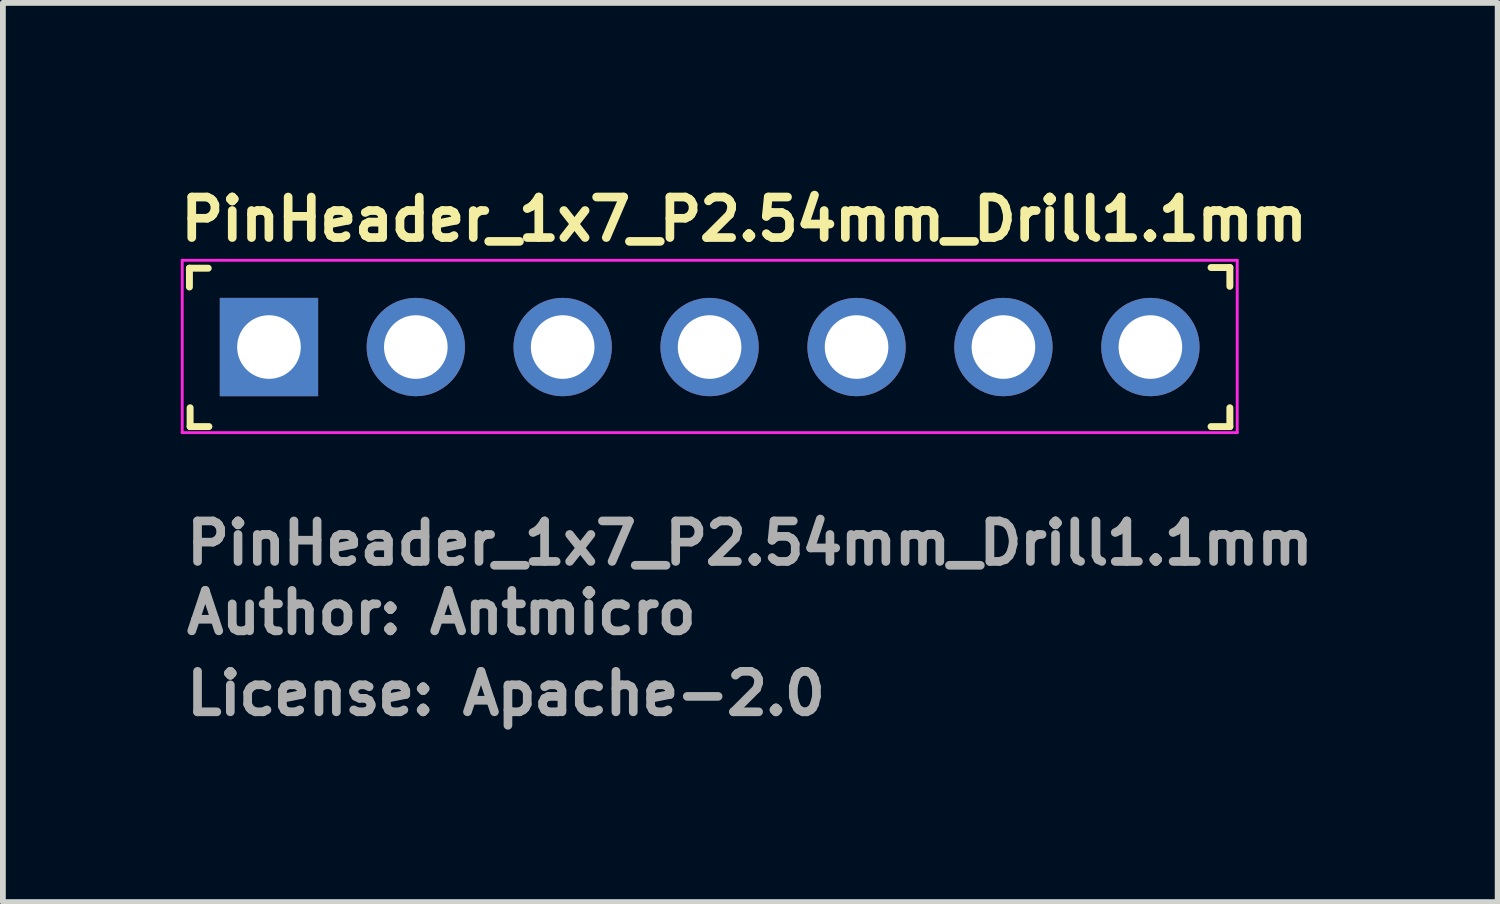
<source format=kicad_pcb>
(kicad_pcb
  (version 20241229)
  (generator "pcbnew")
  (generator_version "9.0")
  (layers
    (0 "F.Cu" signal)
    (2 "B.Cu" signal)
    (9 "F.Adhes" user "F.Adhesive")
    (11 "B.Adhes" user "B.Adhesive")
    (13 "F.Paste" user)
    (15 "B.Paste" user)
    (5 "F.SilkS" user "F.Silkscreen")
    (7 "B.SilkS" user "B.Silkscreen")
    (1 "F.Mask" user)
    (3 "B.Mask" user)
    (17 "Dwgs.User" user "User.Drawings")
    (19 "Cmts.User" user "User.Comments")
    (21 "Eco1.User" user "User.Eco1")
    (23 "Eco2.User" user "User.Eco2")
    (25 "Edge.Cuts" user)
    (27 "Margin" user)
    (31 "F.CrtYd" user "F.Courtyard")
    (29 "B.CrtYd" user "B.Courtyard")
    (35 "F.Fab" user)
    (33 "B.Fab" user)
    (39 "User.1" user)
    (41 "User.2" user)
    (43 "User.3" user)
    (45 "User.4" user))
  (footprint "PinHeader_1x7_P2.54mm_Drill1.1mm"
    (layer "F.Cu")
    (at 1.6 2.95)
    (property "Reference" "PinHeader_1x7_P2.54mm_Drill1.1mm" (at -1.6 -1.8 0) (layer "F.SilkS") (effects (font (size 0.7 0.7) (thickness 0.15)) (justify left bottom)))
    (attr through_hole)
    (fp_line (start -1.375 -1.363) (end -1.05 -1.363) (stroke (width 0.12) (type solid)) (layer "F.SilkS"))
    (fp_line (start -1.375 -1.038) (end -1.375 -1.363) (stroke (width 0.12) (type solid)) (layer "F.SilkS"))
    (fp_line (start -1.363 1.375) (end -1.363 1.05) (stroke (width 0.12) (type solid)) (layer "F.SilkS"))
    (fp_line (start -1.038 1.375) (end -1.363 1.375) (stroke (width 0.12) (type solid)) (layer "F.SilkS"))
    (fp_line (start 16.288 -1.375) (end 16.613 -1.375) (stroke (width 0.12) (type solid)) (layer "F.SilkS"))
    (fp_line (start 16.613 -1.375) (end 16.613 -1.05) (stroke (width 0.12) (type solid)) (layer "F.SilkS"))
    (fp_line (start 16.613 1.05) (end 16.613 1.375) (stroke (width 0.12) (type solid)) (layer "F.SilkS"))
    (fp_line (start 16.613 1.375) (end 16.288 1.375) (stroke (width 0.12) (type solid)) (layer "F.SilkS"))
    (fp_line (start -1.5 -1.5) (end 16.74 -1.5) (stroke (width 0.05) (type solid)) (layer "F.CrtYd"))
    (fp_line (start -1.5 1.48) (end -1.5 -1.5) (stroke (width 0.05) (type solid)) (layer "F.CrtYd"))
    (fp_line (start 16.74 -1.5) (end 16.74 1.48) (stroke (width 0.05) (type solid)) (layer "F.CrtYd"))
    (fp_line (start 16.74 1.48) (end -1.5 1.48) (stroke (width 0.05) (type solid)) (layer "F.CrtYd"))
    (fp_rect (start -1.272 -1.27) (end 16.508 1.269) (stroke (width 0.1) (type solid)) (fill no) (layer "User.5"))
    (fp_line (start -1.272 0.77) (end -1.272 -0.772) (stroke (width 0.02) (type solid)) (layer "User.9"))
    (fp_line (start -1.272 0.77) (end -1.022 1.269) (stroke (width 0.02) (type solid)) (layer "User.9"))
    (fp_line (start -1.022 -1.27) (end -1.272 -0.772) (stroke (width 0.02) (type solid)) (layer "User.9"))
    (fp_line (start -0.322 -0.32) (end -0.121 -0.12) (stroke (width 0.02) (type solid)) (layer "User.9"))
    (fp_line (start -0.322 -0.32) (end 0.318 -0.32) (stroke (width 0.02) (type solid)) (layer "User.9"))
    (fp_line (start -0.322 0.32) (end -0.322 -0.32) (stroke (width 0.02) (type solid)) (layer "User.9"))
    (fp_line (start -0.121 -0.12) (end -0.121 0.119) (stroke (width 0.02) (type solid)) (layer "User.9"))
    (fp_line (start -0.121 0.119) (end -0.322 0.32) (stroke (width 0.02) (type solid)) (layer "User.9"))
    (fp_line (start -0.121 0.119) (end 0.119 0.119) (stroke (width 0.02) (type solid)) (layer "User.9"))
    (fp_line (start 0.119 -0.12) (end -0.121 -0.12) (stroke (width 0.02) (type solid)) (layer "User.9"))
    (fp_line (start 0.119 -0.12) (end 0.318 -0.32) (stroke (width 0.02) (type solid)) (layer "User.9"))
    (fp_line (start 0.119 0.119) (end 0.119 -0.12) (stroke (width 0.02) (type solid)) (layer "User.9"))
    (fp_line (start 0.119 0.119) (end 0.318 0.32) (stroke (width 0.02) (type solid)) (layer "User.9"))
    (fp_line (start 0.318 -0.32) (end 0.318 0.32) (stroke (width 0.02) (type solid)) (layer "User.9"))
    (fp_line (start 0.318 0.32) (end -0.322 0.32) (stroke (width 0.02) (type solid)) (layer "User.9"))
    (fp_line (start 1.019 -1.27) (end -1.022 -1.27) (stroke (width 0.02) (type solid)) (layer "User.9"))
    (fp_line (start 1.019 1.269) (end -1.022 1.269) (stroke (width 0.02) (type solid)) (layer "User.9"))
    (fp_line (start 1.019 1.269) (end 1.269 0.77) (stroke (width 0.02) (type solid)) (layer "User.9"))
    (fp_line (start 1.269 -0.772) (end 1.019 -1.27) (stroke (width 0.02) (type solid)) (layer "User.9"))
    (fp_line (start 1.269 0.77) (end 1.519 1.269) (stroke (width 0.02) (type solid)) (layer "User.9"))
    (fp_line (start 1.519 -1.27) (end 1.269 -0.772) (stroke (width 0.02) (type solid)) (layer "User.9"))
    (fp_line (start 2.218 -0.32) (end 2.418 -0.12) (stroke (width 0.02) (type solid)) (layer "User.9"))
    (fp_line (start 2.218 -0.32) (end 2.858 -0.32) (stroke (width 0.02) (type solid)) (layer "User.9"))
    (fp_line (start 2.218 0.32) (end 2.218 -0.32) (stroke (width 0.02) (type solid)) (layer "User.9"))
    (fp_line (start 2.418 -0.12) (end 2.418 0.119) (stroke (width 0.02) (type solid)) (layer "User.9"))
    (fp_line (start 2.418 0.119) (end 2.218 0.32) (stroke (width 0.02) (type solid)) (layer "User.9"))
    (fp_line (start 2.418 0.119) (end 2.659 0.119) (stroke (width 0.02) (type solid)) (layer "User.9"))
    (fp_line (start 2.659 -0.12) (end 2.418 -0.12) (stroke (width 0.02) (type solid)) (layer "User.9"))
    (fp_line (start 2.659 -0.12) (end 2.858 -0.32) (stroke (width 0.02) (type solid)) (layer "User.9"))
    (fp_line (start 2.659 0.119) (end 2.659 -0.12) (stroke (width 0.02) (type solid)) (layer "User.9"))
    (fp_line (start 2.659 0.119) (end 2.858 0.32) (stroke (width 0.02) (type solid)) (layer "User.9"))
    (fp_line (start 2.858 -0.32) (end 2.858 0.32) (stroke (width 0.02) (type solid)) (layer "User.9"))
    (fp_line (start 2.858 0.32) (end 2.218 0.32) (stroke (width 0.02) (type solid)) (layer "User.9"))
    (fp_line (start 3.559 -1.27) (end 1.519 -1.27) (stroke (width 0.02) (type solid)) (layer "User.9"))
    (fp_line (start 3.559 1.269) (end 1.519 1.269) (stroke (width 0.02) (type solid)) (layer "User.9"))
    (fp_line (start 3.559 1.269) (end 3.809 0.77) (stroke (width 0.02) (type solid)) (layer "User.9"))
    (fp_line (start 3.809 -0.772) (end 3.559 -1.27) (stroke (width 0.02) (type solid)) (layer "User.9"))
    (fp_line (start 3.809 0.77) (end 4.059 1.269) (stroke (width 0.02) (type solid)) (layer "User.9"))
    (fp_line (start 4.059 -1.27) (end 3.809 -0.772) (stroke (width 0.02) (type solid)) (layer "User.9"))
    (fp_line (start 4.759 -0.32) (end 4.959 -0.12) (stroke (width 0.02) (type solid)) (layer "User.9"))
    (fp_line (start 4.759 -0.32) (end 5.398 -0.32) (stroke (width 0.02) (type solid)) (layer "User.9"))
    (fp_line (start 4.759 0.32) (end 4.759 -0.32) (stroke (width 0.02) (type solid)) (layer "User.9"))
    (fp_line (start 4.959 -0.12) (end 4.959 0.119) (stroke (width 0.02) (type solid)) (layer "User.9"))
    (fp_line (start 4.959 0.119) (end 4.759 0.32) (stroke (width 0.02) (type solid)) (layer "User.9"))
    (fp_line (start 4.959 0.119) (end 5.198 0.119) (stroke (width 0.02) (type solid)) (layer "User.9"))
    (fp_line (start 5.198 -0.12) (end 4.959 -0.12) (stroke (width 0.02) (type solid)) (layer "User.9"))
    (fp_line (start 5.198 -0.12) (end 5.398 -0.32) (stroke (width 0.02) (type solid)) (layer "User.9"))
    (fp_line (start 5.198 0.119) (end 5.198 -0.12) (stroke (width 0.02) (type solid)) (layer "User.9"))
    (fp_line (start 5.198 0.119) (end 5.398 0.32) (stroke (width 0.02) (type solid)) (layer "User.9"))
    (fp_line (start 5.398 -0.32) (end 5.398 0.32) (stroke (width 0.02) (type solid)) (layer "User.9"))
    (fp_line (start 5.398 0.32) (end 4.759 0.32) (stroke (width 0.02) (type solid)) (layer "User.9"))
    (fp_line (start 6.099 -1.27) (end 4.059 -1.27) (stroke (width 0.02) (type solid)) (layer "User.9"))
    (fp_line (start 6.099 1.269) (end 4.059 1.269) (stroke (width 0.02) (type solid)) (layer "User.9"))
    (fp_line (start 6.099 1.269) (end 6.349 0.77) (stroke (width 0.02) (type solid)) (layer "User.9"))
    (fp_line (start 6.349 -0.772) (end 6.099 -1.27) (stroke (width 0.02) (type solid)) (layer "User.9"))
    (fp_line (start 6.349 0.77) (end 6.599 1.269) (stroke (width 0.02) (type solid)) (layer "User.9"))
    (fp_line (start 6.599 -1.27) (end 6.349 -0.772) (stroke (width 0.02) (type solid)) (layer "User.9"))
    (fp_line (start 7.299 -0.32) (end 7.499 -0.12) (stroke (width 0.02) (type solid)) (layer "User.9"))
    (fp_line (start 7.299 -0.32) (end 7.938 -0.32) (stroke (width 0.02) (type solid)) (layer "User.9"))
    (fp_line (start 7.299 0.32) (end 7.299 -0.32) (stroke (width 0.02) (type solid)) (layer "User.9"))
    (fp_line (start 7.499 -0.12) (end 7.499 0.119) (stroke (width 0.02) (type solid)) (layer "User.9"))
    (fp_line (start 7.499 0.119) (end 7.299 0.32) (stroke (width 0.02) (type solid)) (layer "User.9"))
    (fp_line (start 7.499 0.119) (end 7.738 0.119) (stroke (width 0.02) (type solid)) (layer "User.9"))
    (fp_line (start 7.738 -0.12) (end 7.499 -0.12) (stroke (width 0.02) (type solid)) (layer "User.9"))
    (fp_line (start 7.738 -0.12) (end 7.938 -0.32) (stroke (width 0.02) (type solid)) (layer "User.9"))
    (fp_line (start 7.738 0.119) (end 7.738 -0.12) (stroke (width 0.02) (type solid)) (layer "User.9"))
    (fp_line (start 7.738 0.119) (end 7.938 0.32) (stroke (width 0.02) (type solid)) (layer "User.9"))
    (fp_line (start 7.938 -0.32) (end 7.938 0.32) (stroke (width 0.02) (type solid)) (layer "User.9"))
    (fp_line (start 7.938 0.32) (end 7.299 0.32) (stroke (width 0.02) (type solid)) (layer "User.9"))
    (fp_line (start 8.64 -1.27) (end 6.599 -1.27) (stroke (width 0.02) (type solid)) (layer "User.9"))
    (fp_line (start 8.64 1.269) (end 6.599 1.269) (stroke (width 0.02) (type solid)) (layer "User.9"))
    (fp_line (start 8.64 1.269) (end 8.89 0.77) (stroke (width 0.02) (type solid)) (layer "User.9"))
    (fp_line (start 8.89 -0.772) (end 8.64 -1.27) (stroke (width 0.02) (type solid)) (layer "User.9"))
    (fp_line (start 8.89 0.77) (end 9.14 1.269) (stroke (width 0.02) (type solid)) (layer "User.9"))
    (fp_line (start 9.14 -1.27) (end 8.89 -0.772) (stroke (width 0.02) (type solid)) (layer "User.9"))
    (fp_line (start 9.839 -0.32) (end 10.038 -0.12) (stroke (width 0.02) (type solid)) (layer "User.9"))
    (fp_line (start 9.839 -0.32) (end 10.48 -0.32) (stroke (width 0.02) (type solid)) (layer "User.9"))
    (fp_line (start 9.839 0.32) (end 9.839 -0.32) (stroke (width 0.02) (type solid)) (layer "User.9"))
    (fp_line (start 10.038 -0.12) (end 10.038 0.119) (stroke (width 0.02) (type solid)) (layer "User.9"))
    (fp_line (start 10.038 0.119) (end 9.839 0.32) (stroke (width 0.02) (type solid)) (layer "User.9"))
    (fp_line (start 10.038 0.119) (end 10.278 0.119) (stroke (width 0.02) (type solid)) (layer "User.9"))
    (fp_line (start 10.278 -0.12) (end 10.038 -0.12) (stroke (width 0.02) (type solid)) (layer "User.9"))
    (fp_line (start 10.278 -0.12) (end 10.48 -0.32) (stroke (width 0.02) (type solid)) (layer "User.9"))
    (fp_line (start 10.278 0.119) (end 10.278 -0.12) (stroke (width 0.02) (type solid)) (layer "User.9"))
    (fp_line (start 10.278 0.119) (end 10.48 0.32) (stroke (width 0.02) (type solid)) (layer "User.9"))
    (fp_line (start 10.48 -0.32) (end 10.48 0.32) (stroke (width 0.02) (type solid)) (layer "User.9"))
    (fp_line (start 10.48 0.32) (end 9.839 0.32) (stroke (width 0.02) (type solid)) (layer "User.9"))
    (fp_line (start 11.179 -1.27) (end 9.14 -1.27) (stroke (width 0.02) (type solid)) (layer "User.9"))
    (fp_line (start 11.179 1.269) (end 9.14 1.269) (stroke (width 0.02) (type solid)) (layer "User.9"))
    (fp_line (start 11.179 1.269) (end 11.429 0.77) (stroke (width 0.02) (type solid)) (layer "User.9"))
    (fp_line (start 11.429 -0.772) (end 11.179 -1.27) (stroke (width 0.02) (type solid)) (layer "User.9"))
    (fp_line (start 11.429 0.77) (end 11.679 1.269) (stroke (width 0.02) (type solid)) (layer "User.9"))
    (fp_line (start 11.679 -1.27) (end 11.429 -0.772) (stroke (width 0.02) (type solid)) (layer "User.9"))
    (fp_line (start 12.378 -0.32) (end 12.579 -0.12) (stroke (width 0.02) (type solid)) (layer "User.9"))
    (fp_line (start 12.378 -0.32) (end 13.018 -0.32) (stroke (width 0.02) (type solid)) (layer "User.9"))
    (fp_line (start 12.378 0.32) (end 12.378 -0.32) (stroke (width 0.02) (type solid)) (layer "User.9"))
    (fp_line (start 12.579 -0.12) (end 12.579 0.119) (stroke (width 0.02) (type solid)) (layer "User.9"))
    (fp_line (start 12.579 0.119) (end 12.378 0.32) (stroke (width 0.02) (type solid)) (layer "User.9"))
    (fp_line (start 12.579 0.119) (end 12.82 0.119) (stroke (width 0.02) (type solid)) (layer "User.9"))
    (fp_line (start 12.82 -0.12) (end 12.579 -0.12) (stroke (width 0.02) (type solid)) (layer "User.9"))
    (fp_line (start 12.82 -0.12) (end 13.018 -0.32) (stroke (width 0.02) (type solid)) (layer "User.9"))
    (fp_line (start 12.82 0.119) (end 12.82 -0.12) (stroke (width 0.02) (type solid)) (layer "User.9"))
    (fp_line (start 12.82 0.119) (end 13.018 0.32) (stroke (width 0.02) (type solid)) (layer "User.9"))
    (fp_line (start 13.018 -0.32) (end 13.018 0.32) (stroke (width 0.02) (type solid)) (layer "User.9"))
    (fp_line (start 13.018 0.32) (end 12.378 0.32) (stroke (width 0.02) (type solid)) (layer "User.9"))
    (fp_line (start 13.718 -1.27) (end 11.679 -1.27) (stroke (width 0.02) (type solid)) (layer "User.9"))
    (fp_line (start 13.718 1.269) (end 11.679 1.269) (stroke (width 0.02) (type solid)) (layer "User.9"))
    (fp_line (start 13.718 1.269) (end 13.968 0.77) (stroke (width 0.02) (type solid)) (layer "User.9"))
    (fp_line (start 13.968 -0.772) (end 13.718 -1.27) (stroke (width 0.02) (type solid)) (layer "User.9"))
    (fp_line (start 13.968 0.77) (end 14.218 1.269) (stroke (width 0.02) (type solid)) (layer "User.9"))
    (fp_line (start 14.218 -1.27) (end 13.968 -0.772) (stroke (width 0.02) (type solid)) (layer "User.9"))
    (fp_line (start 14.919 -0.32) (end 15.118 -0.12) (stroke (width 0.02) (type solid)) (layer "User.9"))
    (fp_line (start 14.919 -0.32) (end 15.56 -0.32) (stroke (width 0.02) (type solid)) (layer "User.9"))
    (fp_line (start 14.919 0.32) (end 14.919 -0.32) (stroke (width 0.02) (type solid)) (layer "User.9"))
    (fp_line (start 15.118 -0.12) (end 15.118 0.119) (stroke (width 0.02) (type solid)) (layer "User.9"))
    (fp_line (start 15.118 0.119) (end 14.919 0.32) (stroke (width 0.02) (type solid)) (layer "User.9"))
    (fp_line (start 15.118 0.119) (end 15.358 0.119) (stroke (width 0.02) (type solid)) (layer "User.9"))
    (fp_line (start 15.358 -0.12) (end 15.118 -0.12) (stroke (width 0.02) (type solid)) (layer "User.9"))
    (fp_line (start 15.358 -0.12) (end 15.56 -0.32) (stroke (width 0.02) (type solid)) (layer "User.9"))
    (fp_line (start 15.358 0.119) (end 15.358 -0.12) (stroke (width 0.02) (type solid)) (layer "User.9"))
    (fp_line (start 15.358 0.119) (end 15.56 0.32) (stroke (width 0.02) (type solid)) (layer "User.9"))
    (fp_line (start 15.56 -0.32) (end 15.56 0.32) (stroke (width 0.02) (type solid)) (layer "User.9"))
    (fp_line (start 15.56 0.32) (end 14.919 0.32) (stroke (width 0.02) (type solid)) (layer "User.9"))
    (fp_line (start 16.259 -1.27) (end 14.218 -1.27) (stroke (width 0.02) (type solid)) (layer "User.9"))
    (fp_line (start 16.259 1.269) (end 14.218 1.269) (stroke (width 0.02) (type solid)) (layer "User.9"))
    (fp_line (start 16.259 1.269) (end 16.508 0.77) (stroke (width 0.02) (type solid)) (layer "User.9"))
    (fp_line (start 16.508 -0.772) (end 16.259 -1.27) (stroke (width 0.02) (type solid)) (layer "User.9"))
    (fp_line (start 16.508 0.77) (end 16.508 -0.772) (stroke (width 0.02) (type solid)) (layer "User.9"))
    (fp_text user "Author: Antmicro" (at -1.5 5 0) (layer "F.Fab") (effects (font (size 0.7 0.7) (thickness 0.15)) (justify left bottom)))
    (fp_text user "${REFERENCE}" (at -1.5 3.8 0) (layer "F.Fab") (effects (font (size 0.7 0.7) (thickness 0.15)) (justify left bottom)))
    (fp_text user "License: Apache-2.0" (at -1.5 6.4 0) (layer "F.Fab") (effects (font (size 0.7 0.7) (thickness 0.15)) (justify left bottom)))
    (pad "1" thru_hole rect (at 0 0) (size 1.7 1.7) (drill 1.1) (layers "*.Cu" "*.Mask"))
    (pad "2" thru_hole circle (at 2.539 0) (size 1.7 1.7) (drill 1.1) (layers "*.Cu" "*.Mask"))
    (pad "3" thru_hole circle (at 5.078 0) (size 1.7 1.7) (drill 1.1) (layers "*.Cu" "*.Mask"))
    (pad "4" thru_hole circle (at 7.618 0) (size 1.7 1.7) (drill 1.1) (layers "*.Cu" "*.Mask"))
    (pad "5" thru_hole circle (at 10.159 0) (size 1.7 1.7) (drill 1.1) (layers "*.Cu" "*.Mask"))
    (pad "6" thru_hole circle (at 12.698 0) (size 1.7 1.7) (drill 1.1) (layers "*.Cu" "*.Mask"))
    (pad "7" thru_hole circle (at 15.239 0) (size 1.7 1.7) (drill 1.1) (layers "*.Cu" "*.Mask")))
  (gr_rect
    (start -3 -3)
    (end 22.843 12.546)
    (stroke (width 0.1) (type default))
    (fill no)
    (layer "Edge.Cuts")))
</source>
